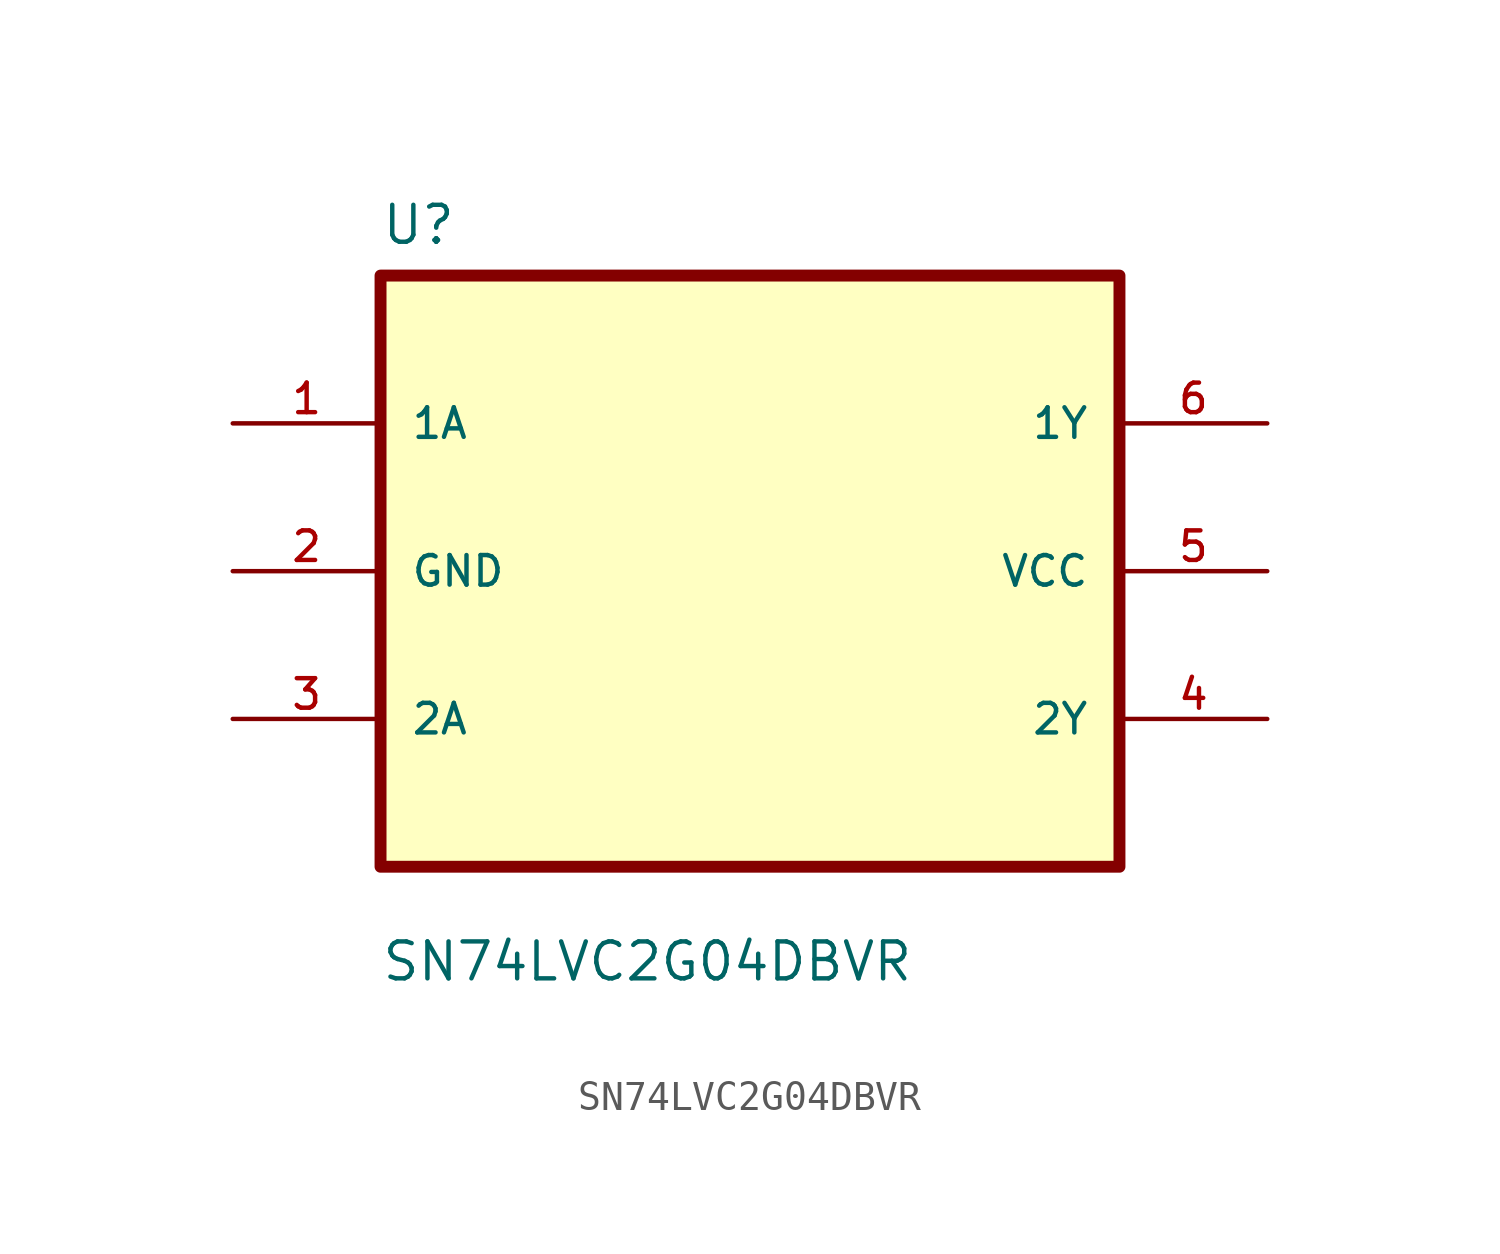
<source format=kicad_sym>
(kicad_symbol_lib
  (version 20220914)
  (generator kicad_symbol_editor)
  (symbol "SN74LVC2G04DBVR"
    (pin_names
      (offset 1.016))
    (property "Reference" "U"
      (at -12.7 11.16 0)
      (effects (font (size 1.27 1.27)) (justify left bottom)))
    (property "Value" "SN74LVC2G04DBVR"
      (at -12.7 -14.16 0)
      (effects (font (size 1.27 1.27)) (justify left bottom)))
    (symbol "SN74LVC2G04DBVR_0_0"
      (rectangle (start -12.7 10.16) (end 12.7 -10.16) (stroke (width 0.41) (type default)) (fill (type background)))
      (pin input line (at -17.78 5.08 0) (length 5.08) (name "1A" (effects (font (size 1.016 1.016)))) (number "1" (effects (font (size 1.016 1.016)))))
      (pin power_in line (at -17.78 0 0) (length 5.08) (name "GND" (effects (font (size 1.016 1.016)))) (number "2" (effects (font (size 1.016 1.016)))))
      (pin input line (at -17.78 -5.08 0) (length 5.08) (name "2A" (effects (font (size 1.016 1.016)))) (number "3" (effects (font (size 1.016 1.016)))))
      (pin output line (at 17.78 -5.08 180) (length 5.08) (name "2Y" (effects (font (size 1.016 1.016)))) (number "4" (effects (font (size 1.016 1.016)))))
      (pin power_in line (at 17.78 0 180) (length 5.08) (name "VCC" (effects (font (size 1.016 1.016)))) (number "5" (effects (font (size 1.016 1.016)))))
      (pin output line (at 17.78 5.08 180) (length 5.08) (name "1Y" (effects (font (size 1.016 1.016)))) (number "6" (effects (font (size 1.016 1.016))))))))
</source>
